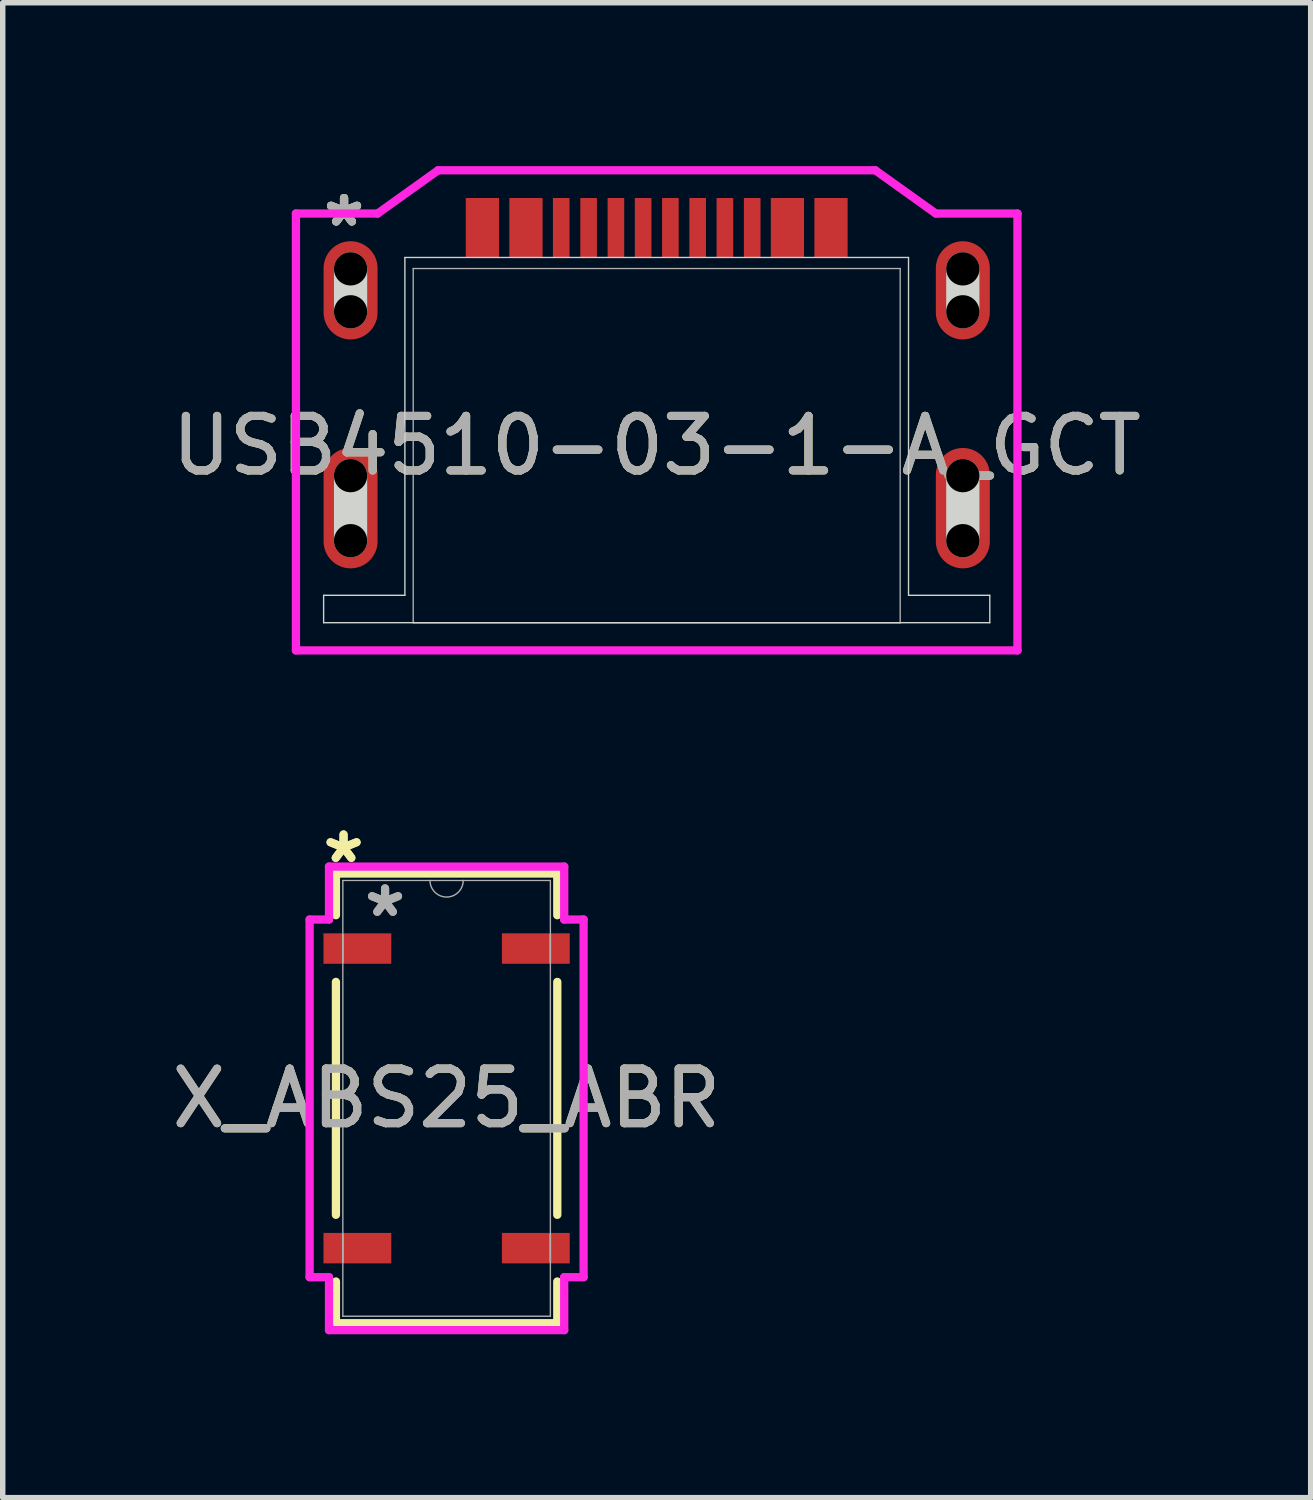
<source format=kicad_pcb>
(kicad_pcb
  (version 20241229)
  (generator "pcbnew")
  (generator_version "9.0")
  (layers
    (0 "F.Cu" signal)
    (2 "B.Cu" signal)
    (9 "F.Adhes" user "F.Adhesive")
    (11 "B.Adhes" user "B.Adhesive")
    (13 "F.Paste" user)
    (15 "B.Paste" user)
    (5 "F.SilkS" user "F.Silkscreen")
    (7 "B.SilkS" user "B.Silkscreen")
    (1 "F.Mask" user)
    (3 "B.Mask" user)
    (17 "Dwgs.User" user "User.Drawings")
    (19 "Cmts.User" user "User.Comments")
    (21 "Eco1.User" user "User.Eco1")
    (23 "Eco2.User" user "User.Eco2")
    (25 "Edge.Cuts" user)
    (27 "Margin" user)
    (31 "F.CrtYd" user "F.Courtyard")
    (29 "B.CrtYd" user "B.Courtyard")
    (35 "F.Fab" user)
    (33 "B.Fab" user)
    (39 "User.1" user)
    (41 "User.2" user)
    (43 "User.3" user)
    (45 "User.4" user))
  (footprint "X_ABS25_ABR"
    (layer "F.Cu")
    (at 5.149 17.114)
    (property "Reference" "X_ABS25_ABR" (at 0 0 0) (unlocked yes) (layer "F.SilkS") (effects (font (size 1 1) (thickness 0.15))))
    (attr smd)
    (fp_line (start -2.032 -4.128) (end -2.032 -3.362) (stroke (width 0.152) (type solid)) (layer "F.SilkS"))
    (fp_line (start -2.032 -2.138) (end -2.032 2.138) (stroke (width 0.152) (type solid)) (layer "F.SilkS"))
    (fp_line (start -2.032 3.362) (end -2.032 4.128) (stroke (width 0.152) (type solid)) (layer "F.SilkS"))
    (fp_line (start -2.032 4.128) (end 2.032 4.128) (stroke (width 0.152) (type solid)) (layer "F.SilkS"))
    (fp_line (start 2.032 -4.128) (end -2.032 -4.128) (stroke (width 0.152) (type solid)) (layer "F.SilkS"))
    (fp_line (start 2.032 -3.362) (end 2.032 -4.128) (stroke (width 0.152) (type solid)) (layer "F.SilkS"))
    (fp_line (start 2.032 2.138) (end 2.032 -2.138) (stroke (width 0.152) (type solid)) (layer "F.SilkS"))
    (fp_line (start 2.032 4.128) (end 2.032 3.362) (stroke (width 0.152) (type solid)) (layer "F.SilkS"))
    (fp_line (start -2.515 -3.283) (end -2.159 -3.283) (stroke (width 0.152) (type solid)) (layer "F.CrtYd"))
    (fp_line (start -2.515 3.283) (end -2.515 -3.283) (stroke (width 0.152) (type solid)) (layer "F.CrtYd"))
    (fp_line (start -2.515 3.283) (end -2.159 3.283) (stroke (width 0.152) (type solid)) (layer "F.CrtYd"))
    (fp_line (start -2.159 -4.255) (end 2.159 -4.255) (stroke (width 0.152) (type solid)) (layer "F.CrtYd"))
    (fp_line (start -2.159 -3.283) (end -2.159 -4.255) (stroke (width 0.152) (type solid)) (layer "F.CrtYd"))
    (fp_line (start -2.159 4.255) (end -2.159 3.283) (stroke (width 0.152) (type solid)) (layer "F.CrtYd"))
    (fp_line (start 2.159 -4.255) (end 2.159 -3.283) (stroke (width 0.152) (type solid)) (layer "F.CrtYd"))
    (fp_line (start 2.159 3.283) (end 2.159 4.255) (stroke (width 0.152) (type solid)) (layer "F.CrtYd"))
    (fp_line (start 2.159 4.255) (end -2.159 4.255) (stroke (width 0.152) (type solid)) (layer "F.CrtYd"))
    (fp_line (start 2.515 -3.283) (end 2.159 -3.283) (stroke (width 0.152) (type solid)) (layer "F.CrtYd"))
    (fp_line (start 2.515 -3.283) (end 2.515 3.283) (stroke (width 0.152) (type solid)) (layer "F.CrtYd"))
    (fp_line (start 2.515 3.283) (end 2.159 3.283) (stroke (width 0.152) (type solid)) (layer "F.CrtYd"))
    (fp_line (start -1.905 -4) (end -1.905 4) (stroke (width 0.025) (type solid)) (layer "F.Fab"))
    (fp_line (start -1.905 -3.004) (end -1.905 -3.004) (stroke (width 0.025) (type solid)) (layer "F.Fab"))
    (fp_line (start -1.905 -3.004) (end -1.905 -2.496) (stroke (width 0.025) (type solid)) (layer "F.Fab"))
    (fp_line (start -1.905 -2.496) (end -1.905 -3.004) (stroke (width 0.025) (type solid)) (layer "F.Fab"))
    (fp_line (start -1.905 -2.496) (end -1.905 -2.496) (stroke (width 0.025) (type solid)) (layer "F.Fab"))
    (fp_line (start -1.905 2.496) (end -1.905 2.496) (stroke (width 0.025) (type solid)) (layer "F.Fab"))
    (fp_line (start -1.905 2.496) (end -1.905 3.004) (stroke (width 0.025) (type solid)) (layer "F.Fab"))
    (fp_line (start -1.905 3.004) (end -1.905 2.496) (stroke (width 0.025) (type solid)) (layer "F.Fab"))
    (fp_line (start -1.905 3.004) (end -1.905 3.004) (stroke (width 0.025) (type solid)) (layer "F.Fab"))
    (fp_line (start -1.905 4) (end 1.905 4) (stroke (width 0.025) (type solid)) (layer "F.Fab"))
    (fp_line (start 1.905 -4) (end -1.905 -4) (stroke (width 0.025) (type solid)) (layer "F.Fab"))
    (fp_line (start 1.905 -3.004) (end 1.905 -3.004) (stroke (width 0.025) (type solid)) (layer "F.Fab"))
    (fp_line (start 1.905 -3.004) (end 1.905 -2.496) (stroke (width 0.025) (type solid)) (layer "F.Fab"))
    (fp_line (start 1.905 -2.496) (end 1.905 -3.004) (stroke (width 0.025) (type solid)) (layer "F.Fab"))
    (fp_line (start 1.905 -2.496) (end 1.905 -2.496) (stroke (width 0.025) (type solid)) (layer "F.Fab"))
    (fp_line (start 1.905 2.496) (end 1.905 2.496) (stroke (width 0.025) (type solid)) (layer "F.Fab"))
    (fp_line (start 1.905 2.496) (end 1.905 3.004) (stroke (width 0.025) (type solid)) (layer "F.Fab"))
    (fp_line (start 1.905 3.004) (end 1.905 2.496) (stroke (width 0.025) (type solid)) (layer "F.Fab"))
    (fp_line (start 1.905 3.004) (end 1.905 3.004) (stroke (width 0.025) (type solid)) (layer "F.Fab"))
    (fp_line (start 1.905 4) (end 1.905 -4) (stroke (width 0.025) (type solid)) (layer "F.Fab"))
    (fp_arc (start 0.3048 -4.0005) (mid 0 -3.6957) (end -0.3048 -4.0005) (stroke (width 0.0254) (type solid)) (layer "F.Fab"))
    (fp_text user "*" (at -1.892 -4.299 0) (layer "F.SilkS") (effects (font (size 1 1) (thickness 0.15))))
    (fp_text user "*" (at -1.892 -4.299 0) (unlocked yes) (layer "F.SilkS") (effects (font (size 1 1) (thickness 0.15))))
    (fp_text user "*" (at -1.13 -3.309 0) (layer "F.Fab") (effects (font (size 1 1) (thickness 0.15))))
    (fp_text user "*" (at -1.13 -3.309 0) (unlocked yes) (layer "F.Fab") (effects (font (size 1 1) (thickness 0.15))))
    (fp_text user "${REFERENCE}" (at 0 0 0) (unlocked yes) (layer "F.Fab") (effects (font (size 1 1) (thickness 0.15))))
    (pad "1" smd rect (at -1.638 -2.75) (size 1.245 0.559) (layers "F.Cu" "F.Mask" "F.Paste"))
    (pad "2" smd rect (at -1.638 2.75) (size 1.245 0.559) (layers "F.Cu" "F.Mask" "F.Paste"))
    (pad "3" smd rect (at 1.638 2.75) (size 1.245 0.559) (layers "F.Cu" "F.Mask" "F.Paste"))
    (pad "4" smd rect (at 1.638 -2.75) (size 1.245 0.559) (layers "F.Cu" "F.Mask" "F.Paste")))
  (footprint "USB4510-03-1-A_GCT"
    (layer "F.Cu")
    (at 9.006 5.131)
    (property "Reference" "USB4510-03-1-A_GCT" (at 0 0 0) (unlocked yes) (layer "F.SilkS") (effects (font (size 1 1) (thickness 0.15))))
    (attr smd)
    (fp_line (start -6.115 2.748) (end -6.115 3.251) (stroke (width 0.025) (type solid)) (layer "Edge.Cuts"))
    (fp_line (start -6.115 3.251) (end 6.115 3.251) (stroke (width 0.025) (type solid)) (layer "Edge.Cuts"))
    (fp_line (start -5.62 -2.457) (end -5.62 -3.245) (stroke (width 0.61) (type solid)) (layer "Edge.Cuts"))
    (fp_line (start -5.62 1.745) (end -5.62 0.551) (stroke (width 0.61) (type solid)) (layer "Edge.Cuts"))
    (fp_line (start -4.623 -3.454) (end -4.623 2.748) (stroke (width 0.025) (type solid)) (layer "Edge.Cuts"))
    (fp_line (start -4.623 2.748) (end -6.115 2.748) (stroke (width 0.025) (type solid)) (layer "Edge.Cuts"))
    (fp_line (start -4.47 3.251) (end 4.47 3.251) (stroke (width 0.025) (type solid)) (layer "Edge.Cuts"))
    (fp_line (start 4.623 -3.454) (end -4.623 -3.454) (stroke (width 0.025) (type solid)) (layer "Edge.Cuts"))
    (fp_line (start 4.623 -3.454) (end 4.623 2.748) (stroke (width 0.025) (type solid)) (layer "Edge.Cuts"))
    (fp_line (start 5.62 -2.457) (end 5.62 -3.245) (stroke (width 0.61) (type solid)) (layer "Edge.Cuts"))
    (fp_line (start 5.62 1.745) (end 5.62 0.551) (stroke (width 0.61) (type solid)) (layer "Edge.Cuts"))
    (fp_line (start 6.115 2.748) (end 4.623 2.748) (stroke (width 0.025) (type solid)) (layer "Edge.Cuts"))
    (fp_line (start 6.115 2.748) (end 6.115 3.251) (stroke (width 0.025) (type solid)) (layer "Edge.Cuts"))
    (fp_line (start -6.623 -4.261) (end -6.623 3.759) (stroke (width 0.152) (type solid)) (layer "F.CrtYd"))
    (fp_line (start -6.623 3.759) (end 6.623 3.759) (stroke (width 0.152) (type solid)) (layer "F.CrtYd"))
    (fp_line (start -5.124 -4.261) (end -6.623 -4.261) (stroke (width 0.152) (type solid)) (layer "F.CrtYd"))
    (fp_line (start -4.013 -5.055) (end -5.124 -4.261) (stroke (width 0.152) (type solid)) (layer "F.CrtYd"))
    (fp_line (start 4.013 -5.055) (end -4.013 -5.055) (stroke (width 0.152) (type solid)) (layer "F.CrtYd"))
    (fp_line (start 5.124 -4.261) (end 4.013 -5.055) (stroke (width 0.152) (type solid)) (layer "F.CrtYd"))
    (fp_line (start 6.623 -4.261) (end 5.124 -4.261) (stroke (width 0.152) (type solid)) (layer "F.CrtYd"))
    (fp_line (start 6.623 3.759) (end 6.623 -4.261) (stroke (width 0.152) (type solid)) (layer "F.CrtYd"))
    (fp_line (start -4.47 -3.251) (end -4.47 3.251) (stroke (width 0.025) (type solid)) (layer "F.Fab"))
    (fp_line (start 4.47 -3.251) (end -4.47 -3.251) (stroke (width 0.025) (type solid)) (layer "F.Fab"))
    (fp_line (start 4.47 3.251) (end 4.47 -3.251) (stroke (width 0.025) (type solid)) (layer "F.Fab"))
    (fp_text user "*" (at -5.74 -4 0) (layer "F.SilkS") (effects (font (size 1 1) (thickness 0.15))))
    (fp_text user "*" (at -5.74 -4 0) (unlocked yes) (layer "F.SilkS") (effects (font (size 1 1) (thickness 0.15))))
    (fp_text user "${REFERENCE}" (at 0 0 0) (unlocked yes) (layer "F.Fab") (effects (font (size 1 1) (thickness 0.15))))
    (fp_text user "*" (at -5.74 -4 0) (layer "F.Fab") (effects (font (size 1 1) (thickness 0.15))))
    (fp_text user "*" (at -5.74 -4 0) (unlocked yes) (layer "F.Fab") (effects (font (size 1 1) (thickness 0.15))))
    (pad "" np_thru_hole circle (at -5.62 -3.245) (size 0.61 0.61) (drill 0.61) (layers))
    (pad "" np_thru_hole circle (at -5.62 -2.457) (size 0.61 0.61) (drill 0.61) (layers))
    (pad "" np_thru_hole circle (at -5.62 0.551) (size 0.61 0.61) (drill 0.61) (layers))
    (pad "" np_thru_hole circle (at -5.62 1.745) (size 0.61 0.61) (drill 0.61) (layers))
    (pad "" np_thru_hole circle (at 5.62 -3.245) (size 0.61 0.61) (drill 0.61) (layers))
    (pad "" np_thru_hole circle (at 5.62 -2.457) (size 0.61 0.61) (drill 0.61) (layers))
    (pad "" np_thru_hole circle (at 5.62 0.551) (size 0.61 0.61) (drill 0.61) (layers))
    (pad "" np_thru_hole circle (at 5.62 1.745) (size 0.61 0.61) (drill 0.61) (layers))
    (pad "13" smd oval (at -5.62 -2.851) (size 0.991 1.803) (layers "F.Cu" "F.Mask" "F.Paste"))
    (pad "14" smd oval (at 5.62 -2.851) (size 0.991 1.803) (layers "F.Cu" "F.Mask" "F.Paste"))
    (pad "15" smd oval (at -5.62 1.148) (size 0.991 2.21) (layers "F.Cu" "F.Mask" "F.Paste"))
    (pad "16" smd oval (at 5.62 1.148) (size 0.991 2.21) (layers "F.Cu" "F.Mask" "F.Paste"))
    (pad "A1-B12" smd rect (at -3.2 -4) (size 0.61 1.092) (layers "F.Cu" "F.Mask" "F.Paste"))
    (pad "A4-B9" smd rect (at -2.4 -4) (size 0.61 1.092) (layers "F.Cu" "F.Mask" "F.Paste"))
    (pad "A5" smd rect (at -1.25 -4) (size 0.305 1.092) (layers "F.Cu" "F.Mask" "F.Paste"))
    (pad "A6" smd rect (at -0.249 -4) (size 0.305 1.092) (layers "F.Cu" "F.Mask" "F.Paste"))
    (pad "A7" smd rect (at 0.251 -4) (size 0.305 1.092) (layers "F.Cu" "F.Mask" "F.Paste"))
    (pad "A8" smd rect (at 1.252 -4) (size 0.305 1.092) (layers "F.Cu" "F.Mask" "F.Paste"))
    (pad "B1-A12" smd rect (at 3.2 -4) (size 0.61 1.092) (layers "F.Cu" "F.Mask" "F.Paste"))
    (pad "B4-A9" smd rect (at 2.4 -4) (size 0.61 1.092) (layers "F.Cu" "F.Mask" "F.Paste"))
    (pad "B5" smd rect (at 1.753 -4) (size 0.305 1.092) (layers "F.Cu" "F.Mask" "F.Paste"))
    (pad "B6" smd rect (at 0.752 -4) (size 0.305 1.092) (layers "F.Cu" "F.Mask" "F.Paste"))
    (pad "B7" smd rect (at -0.749 -4) (size 0.305 1.092) (layers "F.Cu" "F.Mask" "F.Paste"))
    (pad "B8" smd rect (at -1.753 -4) (size 0.305 1.092) (layers "F.Cu" "F.Mask" "F.Paste")))
  (gr_rect
    (start -3 -3)
    (end 21.012 24.445)
    (stroke (width 0.1) (type default))
    (fill no)
    (layer "Edge.Cuts")))
</source>
